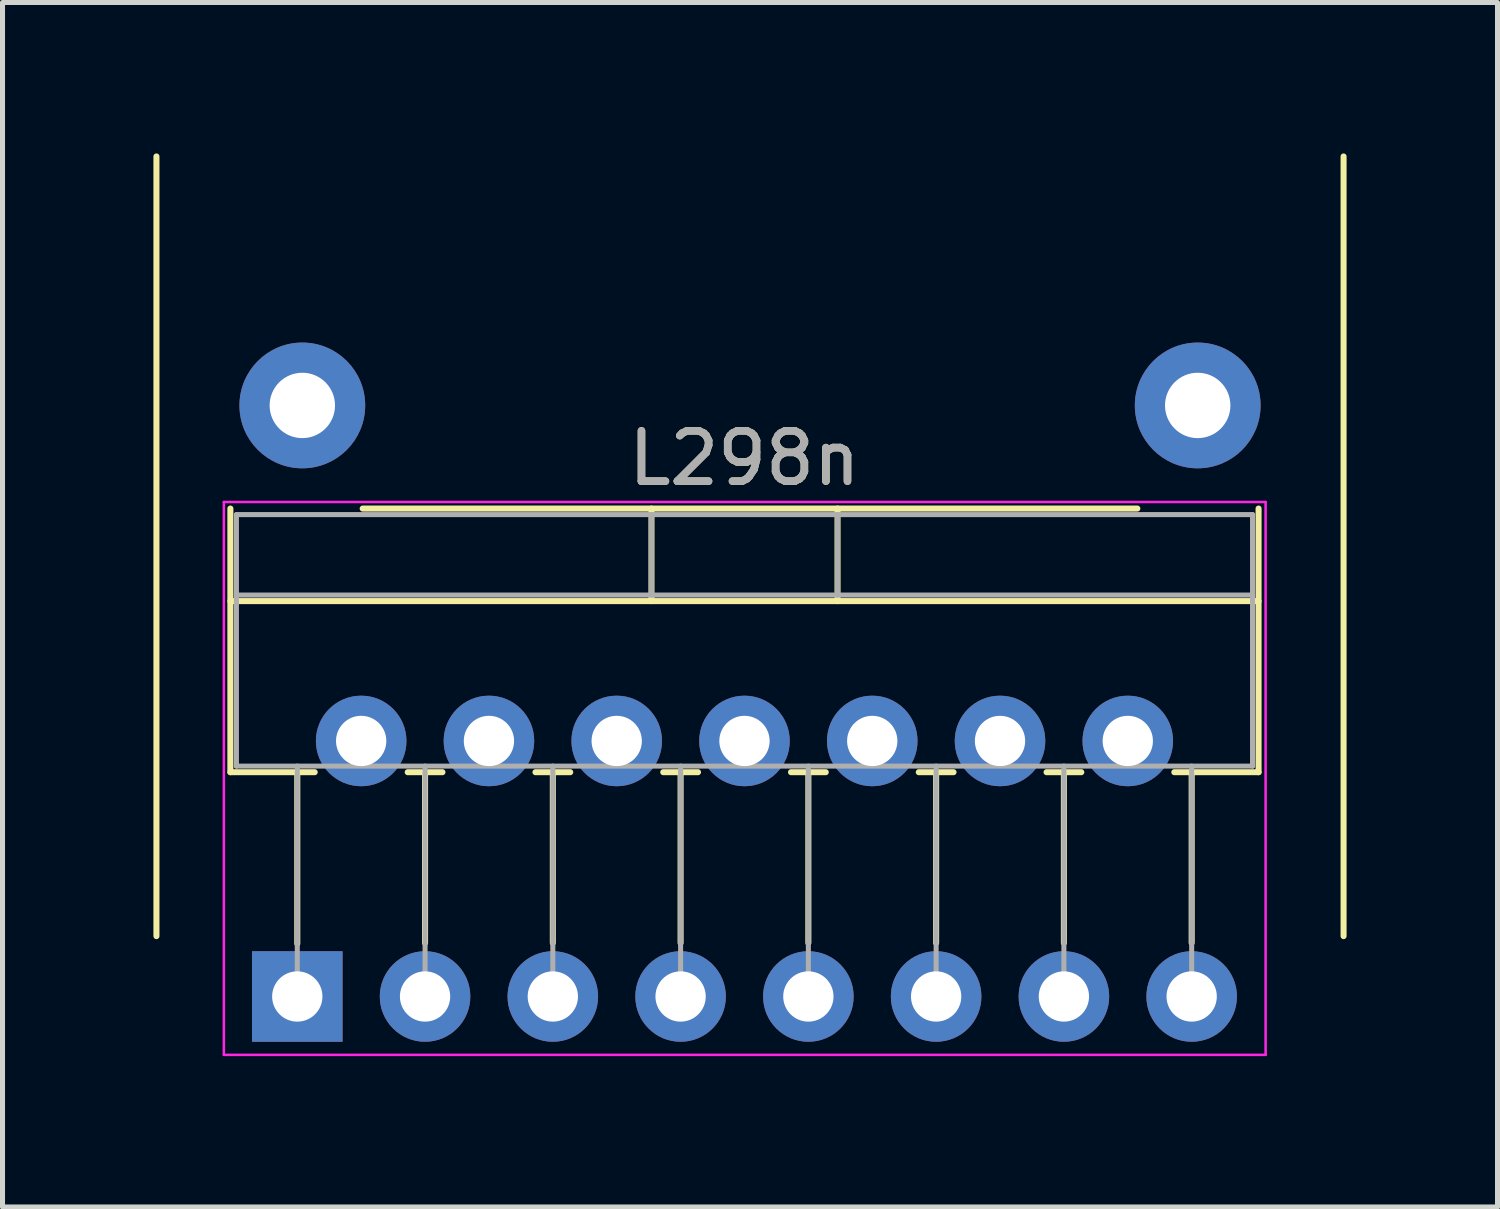
<source format=kicad_pcb>
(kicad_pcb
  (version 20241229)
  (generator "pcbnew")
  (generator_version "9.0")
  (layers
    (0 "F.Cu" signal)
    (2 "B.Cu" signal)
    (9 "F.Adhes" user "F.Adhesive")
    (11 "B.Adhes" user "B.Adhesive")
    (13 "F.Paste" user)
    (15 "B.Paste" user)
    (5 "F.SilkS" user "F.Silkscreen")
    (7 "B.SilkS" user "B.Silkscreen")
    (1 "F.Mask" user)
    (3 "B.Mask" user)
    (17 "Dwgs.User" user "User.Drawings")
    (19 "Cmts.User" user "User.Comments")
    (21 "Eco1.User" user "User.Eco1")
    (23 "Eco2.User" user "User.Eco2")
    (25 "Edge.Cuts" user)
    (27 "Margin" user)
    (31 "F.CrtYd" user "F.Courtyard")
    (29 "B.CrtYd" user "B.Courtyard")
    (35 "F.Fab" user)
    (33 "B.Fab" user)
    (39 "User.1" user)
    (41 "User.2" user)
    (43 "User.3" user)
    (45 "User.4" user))
  (footprint "L298n"
    (layer "F.Cu")
    (at 2.86 16.76)
    (property "Reference" "L298n" (at 8.89 -10.7 0) (layer "F.SilkS") (effects (font (size 1 1) (thickness 0.15))))
    (attr through_hole)
    (fp_line (start -2.8 -1.2) (end -2.8 -16.7) (stroke (width 0.12) (type solid)) (layer "F.SilkS"))
    (fp_line (start -1.33 -9.7) (end -1.33 -4.459) (stroke (width 0.12) (type solid)) (layer "F.SilkS"))
    (fp_line (start -1.33 -7.86) (end 19.11 -7.86) (stroke (width 0.12) (type solid)) (layer "F.SilkS"))
    (fp_line (start -1.33 -4.459) (end 0.346 -4.459) (stroke (width 0.12) (type solid)) (layer "F.SilkS"))
    (fp_line (start 0 -4.459) (end 0 -1.05) (stroke (width 0.12) (type solid)) (layer "F.SilkS"))
    (fp_line (start 1.3 -9.7) (end 16.7 -9.7) (stroke (width 0.12) (type solid)) (layer "F.SilkS"))
    (fp_line (start 2.195 -4.459) (end 2.886 -4.459) (stroke (width 0.12) (type solid)) (layer "F.SilkS"))
    (fp_line (start 2.54 -4.459) (end 2.54 -1.065) (stroke (width 0.12) (type solid)) (layer "F.SilkS"))
    (fp_line (start 4.735 -4.459) (end 5.426 -4.459) (stroke (width 0.12) (type solid)) (layer "F.SilkS"))
    (fp_line (start 5.08 -4.459) (end 5.08 -1.065) (stroke (width 0.12) (type solid)) (layer "F.SilkS"))
    (fp_line (start 7.041 -9.7) (end 7.041 -7.86) (stroke (width 0.12) (type solid)) (layer "F.SilkS"))
    (fp_line (start 7.275 -4.459) (end 7.966 -4.459) (stroke (width 0.12) (type solid)) (layer "F.SilkS"))
    (fp_line (start 7.62 -4.459) (end 7.62 -1.065) (stroke (width 0.12) (type solid)) (layer "F.SilkS"))
    (fp_line (start 9.815 -4.459) (end 10.506 -4.459) (stroke (width 0.12) (type solid)) (layer "F.SilkS"))
    (fp_line (start 10.16 -4.459) (end 10.16 -1.065) (stroke (width 0.12) (type solid)) (layer "F.SilkS"))
    (fp_line (start 10.74 -9.7) (end 10.74 -7.86) (stroke (width 0.12) (type solid)) (layer "F.SilkS"))
    (fp_line (start 12.355 -4.459) (end 13.046 -4.459) (stroke (width 0.12) (type solid)) (layer "F.SilkS"))
    (fp_line (start 12.7 -4.459) (end 12.7 -1.065) (stroke (width 0.12) (type solid)) (layer "F.SilkS"))
    (fp_line (start 14.895 -4.459) (end 15.586 -4.459) (stroke (width 0.12) (type solid)) (layer "F.SilkS"))
    (fp_line (start 15.24 -4.459) (end 15.24 -1.065) (stroke (width 0.12) (type solid)) (layer "F.SilkS"))
    (fp_line (start 17.435 -4.459) (end 19.11 -4.459) (stroke (width 0.12) (type solid)) (layer "F.SilkS"))
    (fp_line (start 17.78 -4.459) (end 17.78 -1.065) (stroke (width 0.12) (type solid)) (layer "F.SilkS"))
    (fp_line (start 19.11 -9.7) (end 19.11 -4.459) (stroke (width 0.12) (type solid)) (layer "F.SilkS"))
    (fp_line (start 20.8 -1.2) (end 20.8 -16.7) (stroke (width 0.12) (type solid)) (layer "F.SilkS"))
    (fp_line (start -1.46 -9.83) (end -1.46 1.16) (stroke (width 0.05) (type solid)) (layer "F.CrtYd"))
    (fp_line (start -1.46 1.16) (end 19.25 1.16) (stroke (width 0.05) (type solid)) (layer "F.CrtYd"))
    (fp_line (start 19.25 -9.83) (end -1.46 -9.83) (stroke (width 0.05) (type solid)) (layer "F.CrtYd"))
    (fp_line (start 19.25 1.16) (end 19.25 -9.83) (stroke (width 0.05) (type solid)) (layer "F.CrtYd"))
    (fp_line (start -1.21 -9.58) (end -1.21 -4.58) (stroke (width 0.1) (type solid)) (layer "F.Fab"))
    (fp_line (start -1.21 -7.98) (end 18.99 -7.98) (stroke (width 0.1) (type solid)) (layer "F.Fab"))
    (fp_line (start -1.21 -4.58) (end 18.99 -4.58) (stroke (width 0.1) (type solid)) (layer "F.Fab"))
    (fp_line (start 0 -4.58) (end 0 0) (stroke (width 0.1) (type solid)) (layer "F.Fab"))
    (fp_line (start 2.54 -4.58) (end 2.54 0) (stroke (width 0.1) (type solid)) (layer "F.Fab"))
    (fp_line (start 5.08 -4.58) (end 5.08 0) (stroke (width 0.1) (type solid)) (layer "F.Fab"))
    (fp_line (start 7.04 -9.58) (end 7.04 -7.98) (stroke (width 0.1) (type solid)) (layer "F.Fab"))
    (fp_line (start 7.62 -4.58) (end 7.62 0) (stroke (width 0.1) (type solid)) (layer "F.Fab"))
    (fp_line (start 10.16 -4.58) (end 10.16 0) (stroke (width 0.1) (type solid)) (layer "F.Fab"))
    (fp_line (start 10.74 -9.58) (end 10.74 -7.98) (stroke (width 0.1) (type solid)) (layer "F.Fab"))
    (fp_line (start 12.7 -4.58) (end 12.7 0) (stroke (width 0.1) (type solid)) (layer "F.Fab"))
    (fp_line (start 15.24 -4.58) (end 15.24 0) (stroke (width 0.1) (type solid)) (layer "F.Fab"))
    (fp_line (start 17.78 -4.58) (end 17.78 0) (stroke (width 0.1) (type solid)) (layer "F.Fab"))
    (fp_line (start 18.99 -9.58) (end -1.21 -9.58) (stroke (width 0.1) (type solid)) (layer "F.Fab"))
    (fp_line (start 18.99 -4.58) (end 18.99 -9.58) (stroke (width 0.1) (type solid)) (layer "F.Fab"))
    (fp_text user "${REFERENCE}" (at 8.89 -10.7 0) (layer "F.Fab") (effects (font (size 1 1) (thickness 0.15))))
    (pad "1" thru_hole rect (at 0 0) (size 1.8 1.8) (drill 1) (layers "*.Cu" "*.Mask"))
    (pad "2" thru_hole oval (at 1.27 -5.08) (size 1.8 1.8) (drill 1) (layers "*.Cu" "*.Mask"))
    (pad "3" thru_hole oval (at 2.54 0) (size 1.8 1.8) (drill 1) (layers "*.Cu" "*.Mask"))
    (pad "4" thru_hole oval (at 3.81 -5.08) (size 1.8 1.8) (drill 1) (layers "*.Cu" "*.Mask"))
    (pad "5" thru_hole oval (at 5.08 0) (size 1.8 1.8) (drill 1) (layers "*.Cu" "*.Mask"))
    (pad "6" thru_hole oval (at 6.35 -5.08) (size 1.8 1.8) (drill 1) (layers "*.Cu" "*.Mask"))
    (pad "7" thru_hole oval (at 7.62 0) (size 1.8 1.8) (drill 1) (layers "*.Cu" "*.Mask"))
    (pad "8" thru_hole circle (at 0.1 -11.75) (size 2.5 2.5) (drill 1.3) (layers "*.Cu" "*.Mask"))
    (pad "8" thru_hole oval (at 8.89 -5.08) (size 1.8 1.8) (drill 1) (layers "*.Cu" "*.Mask"))
    (pad "8" thru_hole circle (at 17.9 -11.75) (size 2.5 2.5) (drill 1.3) (layers "*.Cu" "*.Mask"))
    (pad "9" thru_hole oval (at 10.16 0) (size 1.8 1.8) (drill 1) (layers "*.Cu" "*.Mask"))
    (pad "10" thru_hole oval (at 11.43 -5.08) (size 1.8 1.8) (drill 1) (layers "*.Cu" "*.Mask"))
    (pad "11" thru_hole oval (at 12.7 0) (size 1.8 1.8) (drill 1) (layers "*.Cu" "*.Mask"))
    (pad "12" thru_hole oval (at 13.97 -5.08) (size 1.8 1.8) (drill 1) (layers "*.Cu" "*.Mask"))
    (pad "13" thru_hole oval (at 15.24 0) (size 1.8 1.8) (drill 1) (layers "*.Cu" "*.Mask"))
    (pad "14" thru_hole oval (at 16.51 -5.08) (size 1.8 1.8) (drill 1) (layers "*.Cu" "*.Mask"))
    (pad "15" thru_hole oval (at 17.78 0) (size 1.8 1.8) (drill 1) (layers "*.Cu" "*.Mask")))
  (gr_rect
    (start -3 -3)
    (end 26.72 20.945)
    (stroke (width 0.1) (type default))
    (fill no)
    (layer "Edge.Cuts")))
</source>
